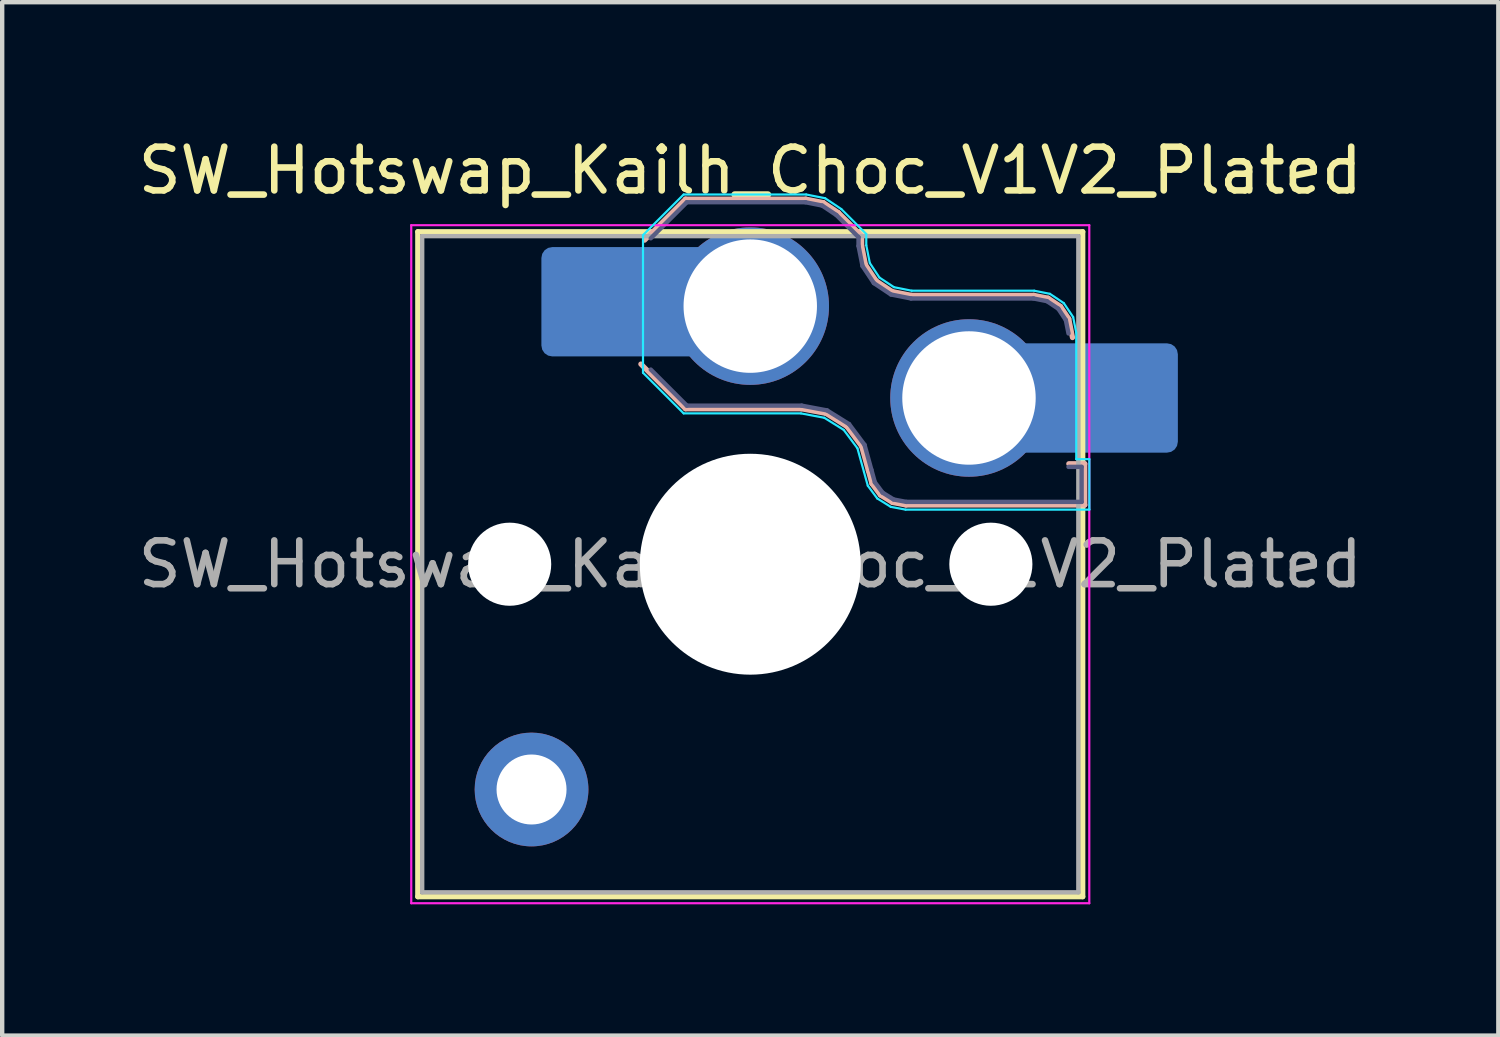
<source format=kicad_pcb>
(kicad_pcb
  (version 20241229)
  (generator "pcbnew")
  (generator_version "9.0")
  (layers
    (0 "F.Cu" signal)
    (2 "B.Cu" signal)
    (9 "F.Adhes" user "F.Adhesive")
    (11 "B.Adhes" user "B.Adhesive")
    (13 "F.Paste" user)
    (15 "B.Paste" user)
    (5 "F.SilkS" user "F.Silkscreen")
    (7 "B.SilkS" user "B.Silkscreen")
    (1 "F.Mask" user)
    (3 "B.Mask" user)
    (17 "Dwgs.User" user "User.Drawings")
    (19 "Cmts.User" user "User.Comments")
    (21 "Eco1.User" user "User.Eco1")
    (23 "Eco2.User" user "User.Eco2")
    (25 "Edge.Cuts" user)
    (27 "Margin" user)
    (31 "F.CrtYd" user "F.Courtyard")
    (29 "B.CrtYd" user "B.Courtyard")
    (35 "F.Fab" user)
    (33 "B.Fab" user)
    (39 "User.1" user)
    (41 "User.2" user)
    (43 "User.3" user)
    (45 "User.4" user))
  (footprint "SW_Hotswap_Kailh_Choc_V1V2_Plated"
    (layer "F.Cu")
    (at 14.101 9.848)
    (property "Reference" "SW_Hotswap_Kailh_Choc_V1V2_Plated" (at 0 -9 0) (layer "F.SilkS") (effects (font (size 1 1) (thickness 0.15))))
    (attr smd)
    (fp_line (start -7.6 -7.6) (end -7.6 7.6) (stroke (width 0.12) (type solid)) (layer "F.SilkS"))
    (fp_line (start -7.6 7.6) (end 7.6 7.6) (stroke (width 0.12) (type solid)) (layer "F.SilkS"))
    (fp_line (start 7.6 -7.6) (end -7.6 -7.6) (stroke (width 0.12) (type solid)) (layer "F.SilkS"))
    (fp_line (start 7.6 7.6) (end 7.6 -7.6) (stroke (width 0.12) (type solid)) (layer "F.SilkS"))
    (fp_line (start -2.416 -7.409) (end -1.479 -8.346) (stroke (width 0.12) (type solid)) (layer "B.SilkS"))
    (fp_line (start -1.479 -8.346) (end 1.268 -8.346) (stroke (width 0.12) (type solid)) (layer "B.SilkS"))
    (fp_line (start -1.479 -3.554) (end -2.5 -4.575) (stroke (width 0.12) (type solid)) (layer "B.SilkS"))
    (fp_line (start 1.168 -3.554) (end -1.479 -3.554) (stroke (width 0.12) (type solid)) (layer "B.SilkS"))
    (fp_line (start 1.268 -8.346) (end 1.671 -8.266) (stroke (width 0.12) (type solid)) (layer "B.SilkS"))
    (fp_line (start 1.671 -8.266) (end 2.013 -8.037) (stroke (width 0.12) (type solid)) (layer "B.SilkS"))
    (fp_line (start 1.73 -3.449) (end 1.168 -3.554) (stroke (width 0.12) (type solid)) (layer "B.SilkS"))
    (fp_line (start 2.013 -8.037) (end 2.546 -7.504) (stroke (width 0.12) (type solid)) (layer "B.SilkS"))
    (fp_line (start 2.209 -3.15) (end 1.73 -3.449) (stroke (width 0.12) (type solid)) (layer "B.SilkS"))
    (fp_line (start 2.546 -7.504) (end 2.546 -7.282) (stroke (width 0.12) (type solid)) (layer "B.SilkS"))
    (fp_line (start 2.546 -7.282) (end 2.633 -6.844) (stroke (width 0.12) (type solid)) (layer "B.SilkS"))
    (fp_line (start 2.547 -2.697) (end 2.209 -3.15) (stroke (width 0.12) (type solid)) (layer "B.SilkS"))
    (fp_line (start 2.633 -6.844) (end 2.877 -6.477) (stroke (width 0.12) (type solid)) (layer "B.SilkS"))
    (fp_line (start 2.701 -2.139) (end 2.547 -2.697) (stroke (width 0.12) (type solid)) (layer "B.SilkS"))
    (fp_line (start 2.783 -1.841) (end 2.701 -2.139) (stroke (width 0.12) (type solid)) (layer "B.SilkS"))
    (fp_line (start 2.877 -6.477) (end 3.244 -6.233) (stroke (width 0.12) (type solid)) (layer "B.SilkS"))
    (fp_line (start 2.976 -1.583) (end 2.783 -1.841) (stroke (width 0.12) (type solid)) (layer "B.SilkS"))
    (fp_line (start 3.244 -6.233) (end 3.682 -6.146) (stroke (width 0.12) (type solid)) (layer "B.SilkS"))
    (fp_line (start 3.25 -1.413) (end 2.976 -1.583) (stroke (width 0.12) (type solid)) (layer "B.SilkS"))
    (fp_line (start 3.56 -1.354) (end 3.25 -1.413) (stroke (width 0.12) (type solid)) (layer "B.SilkS"))
    (fp_line (start 3.682 -6.146) (end 6.482 -6.146) (stroke (width 0.12) (type solid)) (layer "B.SilkS"))
    (fp_line (start 6.482 -6.146) (end 6.809 -6.081) (stroke (width 0.12) (type solid)) (layer "B.SilkS"))
    (fp_line (start 6.809 -6.081) (end 7.092 -5.892) (stroke (width 0.12) (type solid)) (layer "B.SilkS"))
    (fp_line (start 7.092 -5.892) (end 7.281 -5.609) (stroke (width 0.12) (type solid)) (layer "B.SilkS"))
    (fp_line (start 7.281 -5.609) (end 7.366 -5.182) (stroke (width 0.12) (type solid)) (layer "B.SilkS"))
    (fp_line (start 7.283 -2.296) (end 7.646 -2.296) (stroke (width 0.12) (type solid)) (layer "B.SilkS"))
    (fp_line (start 7.646 -2.296) (end 7.646 -1.354) (stroke (width 0.12) (type solid)) (layer "B.SilkS"))
    (fp_line (start 7.646 -1.354) (end 3.56 -1.354) (stroke (width 0.12) (type solid)) (layer "B.SilkS"))
    (fp_line (start -7.25 -7.25) (end -7.25 7.25) (stroke (width 0.1) (type solid)) (layer "Eco1.User"))
    (fp_line (start -7.25 7.25) (end 7.25 7.25) (stroke (width 0.1) (type solid)) (layer "Eco1.User"))
    (fp_line (start 7.25 -7.25) (end -7.25 -7.25) (stroke (width 0.1) (type solid)) (layer "Eco1.User"))
    (fp_line (start 7.25 7.25) (end 7.25 -7.25) (stroke (width 0.1) (type solid)) (layer "Eco1.User"))
    (fp_line (start -2.452 -7.523) (end -1.523 -8.452) (stroke (width 0.05) (type solid)) (layer "B.CrtYd"))
    (fp_line (start -2.452 -4.377) (end -2.452 -7.523) (stroke (width 0.05) (type solid)) (layer "B.CrtYd"))
    (fp_line (start -1.523 -8.452) (end 1.278 -8.452) (stroke (width 0.05) (type solid)) (layer "B.CrtYd"))
    (fp_line (start -1.523 -3.448) (end -2.452 -4.377) (stroke (width 0.05) (type solid)) (layer "B.CrtYd"))
    (fp_line (start 1.159 -3.448) (end -1.523 -3.448) (stroke (width 0.05) (type solid)) (layer "B.CrtYd"))
    (fp_line (start 1.278 -8.452) (end 1.712 -8.366) (stroke (width 0.05) (type solid)) (layer "B.CrtYd"))
    (fp_line (start 1.691 -3.348) (end 1.159 -3.448) (stroke (width 0.05) (type solid)) (layer "B.CrtYd"))
    (fp_line (start 1.712 -8.366) (end 2.081 -8.119) (stroke (width 0.05) (type solid)) (layer "B.CrtYd"))
    (fp_line (start 2.081 -8.119) (end 2.652 -7.548) (stroke (width 0.05) (type solid)) (layer "B.CrtYd"))
    (fp_line (start 2.136 -3.071) (end 1.691 -3.348) (stroke (width 0.05) (type solid)) (layer "B.CrtYd"))
    (fp_line (start 2.45 -2.65) (end 2.136 -3.071) (stroke (width 0.05) (type solid)) (layer "B.CrtYd"))
    (fp_line (start 2.599 -2.111) (end 2.45 -2.65) (stroke (width 0.05) (type solid)) (layer "B.CrtYd"))
    (fp_line (start 2.652 -7.548) (end 2.652 -7.292) (stroke (width 0.05) (type solid)) (layer "B.CrtYd"))
    (fp_line (start 2.652 -7.292) (end 2.733 -6.885) (stroke (width 0.05) (type solid)) (layer "B.CrtYd"))
    (fp_line (start 2.687 -1.794) (end 2.599 -2.111) (stroke (width 0.05) (type solid)) (layer "B.CrtYd"))
    (fp_line (start 2.733 -6.885) (end 2.953 -6.553) (stroke (width 0.05) (type solid)) (layer "B.CrtYd"))
    (fp_line (start 2.903 -1.503) (end 2.687 -1.794) (stroke (width 0.05) (type solid)) (layer "B.CrtYd"))
    (fp_line (start 2.953 -6.553) (end 3.285 -6.333) (stroke (width 0.05) (type solid)) (layer "B.CrtYd"))
    (fp_line (start 3.211 -1.312) (end 2.903 -1.503) (stroke (width 0.05) (type solid)) (layer "B.CrtYd"))
    (fp_line (start 3.285 -6.333) (end 3.692 -6.252) (stroke (width 0.05) (type solid)) (layer "B.CrtYd"))
    (fp_line (start 3.55 -1.248) (end 3.211 -1.312) (stroke (width 0.05) (type solid)) (layer "B.CrtYd"))
    (fp_line (start 3.692 -6.252) (end 6.492 -6.252) (stroke (width 0.05) (type solid)) (layer "B.CrtYd"))
    (fp_line (start 6.492 -6.252) (end 6.85 -6.181) (stroke (width 0.05) (type solid)) (layer "B.CrtYd"))
    (fp_line (start 6.85 -6.181) (end 7.168 -5.968) (stroke (width 0.05) (type solid)) (layer "B.CrtYd"))
    (fp_line (start 7.168 -5.968) (end 7.381 -5.65) (stroke (width 0.05) (type solid)) (layer "B.CrtYd"))
    (fp_line (start 7.381 -5.65) (end 7.452 -5.292) (stroke (width 0.05) (type solid)) (layer "B.CrtYd"))
    (fp_line (start 7.452 -5.292) (end 7.452 -2.402) (stroke (width 0.05) (type solid)) (layer "B.CrtYd"))
    (fp_line (start 7.452 -2.402) (end 7.752 -2.402) (stroke (width 0.05) (type solid)) (layer "B.CrtYd"))
    (fp_line (start 7.752 -2.402) (end 7.752 -1.248) (stroke (width 0.05) (type solid)) (layer "B.CrtYd"))
    (fp_line (start 7.752 -1.248) (end 3.55 -1.248) (stroke (width 0.05) (type solid)) (layer "B.CrtYd"))
    (fp_line (start -7.75 -7.75) (end -7.75 7.75) (stroke (width 0.05) (type solid)) (layer "F.CrtYd"))
    (fp_line (start -7.75 7.75) (end 7.75 7.75) (stroke (width 0.05) (type solid)) (layer "F.CrtYd"))
    (fp_line (start 7.75 -7.75) (end -7.75 -7.75) (stroke (width 0.05) (type solid)) (layer "F.CrtYd"))
    (fp_line (start 7.75 7.75) (end 7.75 -7.75) (stroke (width 0.05) (type solid)) (layer "F.CrtYd"))
    (fp_line (start -2.275 -7.45) (end -1.45 -8.275) (stroke (width 0.1) (type solid)) (layer "B.Fab"))
    (fp_line (start -1.45 -8.275) (end 1.261 -8.275) (stroke (width 0.1) (type solid)) (layer "B.Fab"))
    (fp_line (start -1.45 -3.625) (end -2.275 -4.45) (stroke (width 0.1) (type solid)) (layer "B.Fab"))
    (fp_line (start 1.175 -3.625) (end -1.45 -3.625) (stroke (width 0.1) (type solid)) (layer "B.Fab"))
    (fp_line (start 1.261 -8.275) (end 1.643 -8.199) (stroke (width 0.1) (type solid)) (layer "B.Fab"))
    (fp_line (start 1.643 -8.199) (end 1.968 -7.982) (stroke (width 0.1) (type solid)) (layer "B.Fab"))
    (fp_line (start 1.756 -3.516) (end 1.175 -3.625) (stroke (width 0.1) (type solid)) (layer "B.Fab"))
    (fp_line (start 1.968 -7.982) (end 2.475 -7.475) (stroke (width 0.1) (type solid)) (layer "B.Fab"))
    (fp_line (start 2.258 -3.203) (end 1.756 -3.516) (stroke (width 0.1) (type solid)) (layer "B.Fab"))
    (fp_line (start 2.475 -7.475) (end 2.475 -7.275) (stroke (width 0.1) (type solid)) (layer "B.Fab"))
    (fp_line (start 2.475 -7.275) (end 2.566 -6.816) (stroke (width 0.1) (type solid)) (layer "B.Fab"))
    (fp_line (start 2.566 -6.816) (end 2.826 -6.426) (stroke (width 0.1) (type solid)) (layer "B.Fab"))
    (fp_line (start 2.612 -2.729) (end 2.258 -3.203) (stroke (width 0.1) (type solid)) (layer "B.Fab"))
    (fp_line (start 2.769 -2.158) (end 2.612 -2.729) (stroke (width 0.1) (type solid)) (layer "B.Fab"))
    (fp_line (start 2.826 -6.426) (end 3.216 -6.166) (stroke (width 0.1) (type solid)) (layer "B.Fab"))
    (fp_line (start 2.848 -1.873) (end 2.769 -2.158) (stroke (width 0.1) (type solid)) (layer "B.Fab"))
    (fp_line (start 3.025 -1.636) (end 2.848 -1.873) (stroke (width 0.1) (type solid)) (layer "B.Fab"))
    (fp_line (start 3.216 -6.166) (end 3.675 -6.075) (stroke (width 0.1) (type solid)) (layer "B.Fab"))
    (fp_line (start 3.276 -1.48) (end 3.025 -1.636) (stroke (width 0.1) (type solid)) (layer "B.Fab"))
    (fp_line (start 3.567 -1.425) (end 3.276 -1.48) (stroke (width 0.1) (type solid)) (layer "B.Fab"))
    (fp_line (start 3.675 -6.075) (end 6.475 -6.075) (stroke (width 0.1) (type solid)) (layer "B.Fab"))
    (fp_line (start 6.475 -6.075) (end 6.781 -6.014) (stroke (width 0.1) (type solid)) (layer "B.Fab"))
    (fp_line (start 6.781 -6.014) (end 7.041 -5.841) (stroke (width 0.1) (type solid)) (layer "B.Fab"))
    (fp_line (start 7.041 -5.841) (end 7.214 -5.581) (stroke (width 0.1) (type solid)) (layer "B.Fab"))
    (fp_line (start 7.214 -5.581) (end 7.275 -5.275) (stroke (width 0.1) (type solid)) (layer "B.Fab"))
    (fp_line (start 7.275 -2.225) (end 7.575 -2.225) (stroke (width 0.1) (type solid)) (layer "B.Fab"))
    (fp_line (start 7.575 -2.225) (end 7.575 -1.425) (stroke (width 0.1) (type solid)) (layer "B.Fab"))
    (fp_line (start 7.575 -1.425) (end 3.567 -1.425) (stroke (width 0.1) (type solid)) (layer "B.Fab"))
    (fp_line (start -7.5 -7.5) (end -7.5 7.5) (stroke (width 0.1) (type solid)) (layer "F.Fab"))
    (fp_line (start -7.5 7.5) (end 7.5 7.5) (stroke (width 0.1) (type solid)) (layer "F.Fab"))
    (fp_line (start 7.5 -7.5) (end -7.5 -7.5) (stroke (width 0.1) (type solid)) (layer "F.Fab"))
    (fp_line (start 7.5 7.5) (end 7.5 -7.5) (stroke (width 0.1) (type solid)) (layer "F.Fab"))
    (fp_text user "${REFERENCE}" (at 0 0 0) (layer "F.Fab") (effects (font (size 1 1) (thickness 0.15))))
    (pad "" np_thru_hole circle (at -5.5 0) (size 1.9 1.9) (drill 1.9) (layers "*.Cu" "*.Mask"))
    (pad "" thru_hole circle (at -5 5.15) (size 2.6 2.6) (drill 1.6) (layers "*.Cu" "*.Mask"))
    (pad "" smd roundrect (at -3.5 -6) (size 2.55 2.5) (layers "B.Mask" "B.Paste") (roundrect_rratio 0.1))
    (pad "" np_thru_hole circle (at 0 0) (size 5.05 5.05) (drill 5.05) (layers "*.Cu" "*.Mask"))
    (pad "" np_thru_hole circle (at 5.5 0) (size 1.9 1.9) (drill 1.9) (layers "*.Cu" "*.Mask"))
    (pad "" smd roundrect (at 8.5 -3.8) (size 2.55 2.5) (layers "B.Mask" "B.Paste") (roundrect_rratio 0.1))
    (pad "1" smd roundrect (at -2.85 -6) (size 3.85 2.5) (layers "B.Cu") (roundrect_rratio 0.1))
    (pad "1" thru_hole circle (at 0 -5.9) (size 3.6 3.6) (drill 3.05) (layers "*.Cu" "*.Mask"))
    (pad "2" thru_hole circle (at 5 -3.8) (size 3.6 3.6) (drill 3.05) (layers "*.Cu" "*.Mask"))
    (pad "2" smd roundrect (at 7.85 -3.8) (size 3.85 2.5) (layers "B.Cu") (roundrect_rratio 0.1)))
  (gr_rect
    (start -3 -3)
    (end 31.202 20.623)
    (stroke (width 0.1) (type default))
    (fill no)
    (layer "Edge.Cuts")))
</source>
